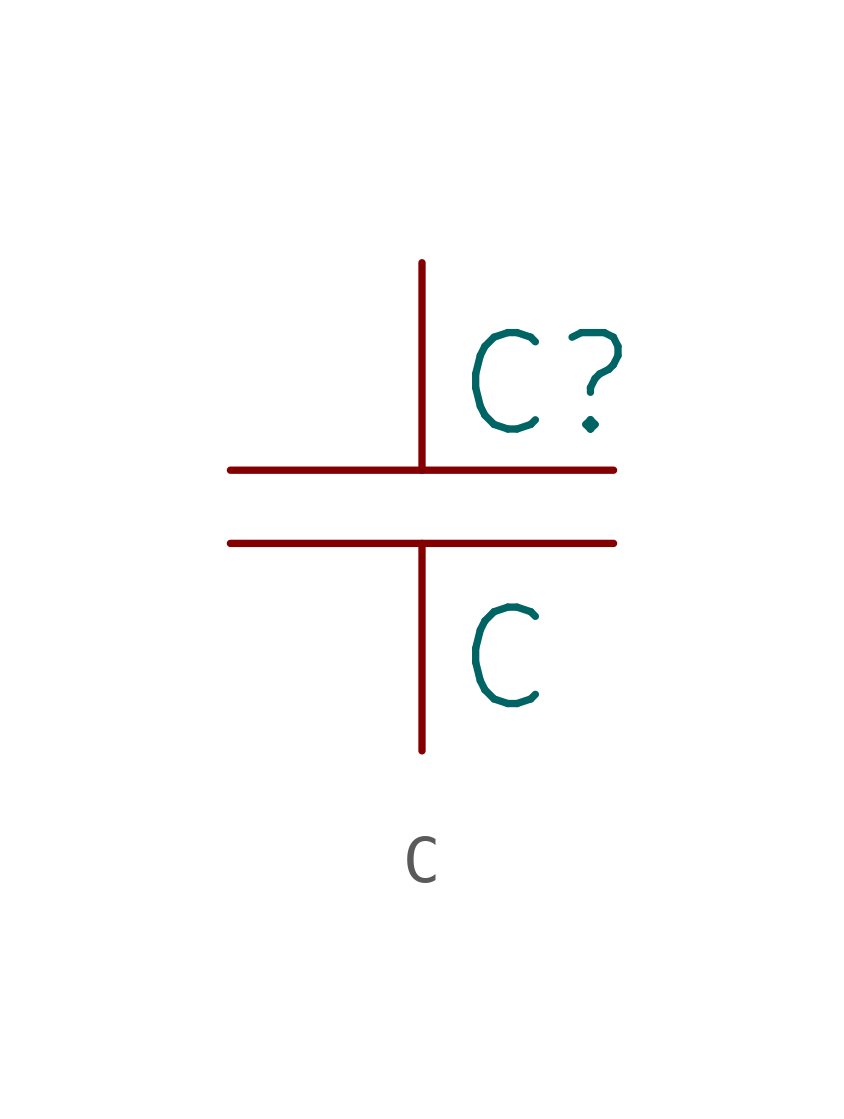
<source format=kicad_sym>
(kicad_symbol_lib
  (version 20231120)
  (generator "kicad_symbol_editor")
  (generator_version "8.0")
  (symbol "C"
    (pin_numbers hide)
    (pin_names
      (offset 0) hide)
    (property "Reference" "C"
      (at 0.635 2.54 0)
      (effects (font (size 2.007 2.007)) (justify left)))
    (property "Value" "C"
      (at 0.635 -3.175 0)
      (effects (font (size 2.007 2.007)) (justify left)))
    (symbol "C_0_1"
      (polyline (pts (xy -3.988 -0.762) (xy 3.988 -0.762)) (stroke (width 0) (type solid)) (fill (type none)))
      (polyline (pts (xy -3.988 0.762) (xy 3.988 0.762)) (stroke (width 0) (type solid)) (fill (type none))))
    (symbol "C_1_1"
      (pin passive line (at 0 5.08 270) (length 4.318) (name "~" (effects (font (size 2.007 2.007)))) (number "1" (effects (font (size 2.007 2.007)))))
      (pin passive line (at 0 -5.08 90) (length 4.318) (name "~" (effects (font (size 2.007 2.007)))) (number "2" (effects (font (size 2.007 2.007))))))))
</source>
